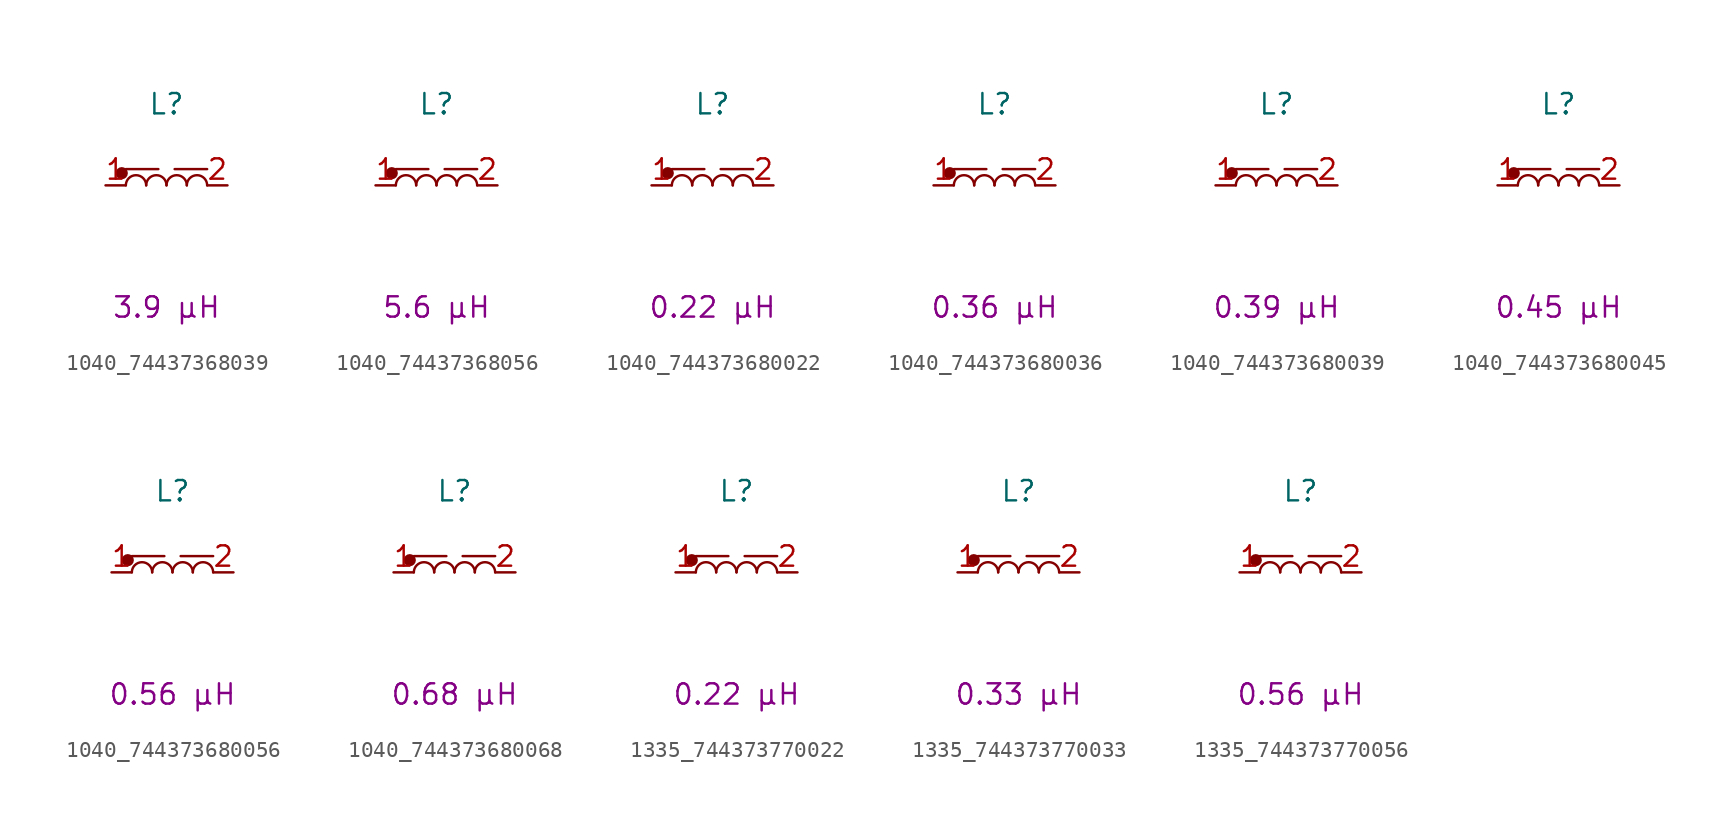
<source format=kicad_sym>
(kicad_symbol_lib
  (version 20220914)
  (generator kicad_symbol_editor)
  (symbol "1040_74437368039"
    (pin_names hide)
    (property "Reference" "L"
      (at 0 5.08 0)
      (effects (font (size 1.27 1.27))))
    (property "Critical Parameter" "3.9 µH"
      (at 0 -7.62 0)
      (effects (font (size 1.27 1.27))))
    (symbol "1040_74437368039_0_1"
      (arc (start -1.27 0) (mid -1.905 0.6323) (end -2.54 0) (stroke (width 0) (type default)) (fill (type none)))
      (arc (start 0 0) (mid -0.635 0.6323) (end -1.27 0) (stroke (width 0) (type default)) (fill (type none)))
      (polyline (pts (xy -2.54 1.016) (xy -0.508 1.016)) (stroke (width 0) (type default)) (fill (type none)))
      (arc (start 1.27 0) (mid 0.635 0.6323) (end 0 0) (stroke (width 0) (type default)) (fill (type none)))
      (arc (start 2.54 0) (mid 1.905 0.6323) (end 1.27 0) (stroke (width 0) (type default)) (fill (type none))))
    (symbol "1040_74437368039_1_1"
      (circle (center -2.794 0.762) (radius 0.0001) (stroke (width 0.381) (type default)) (fill (type none)))
      (polyline (pts (xy 2.54 1.016) (xy 0.508 1.016)) (stroke (width 0) (type default)) (fill (type none)))
      (pin passive line (at -3.81 0 0) (length 1.27) (name "1" (effects (font (size 1.27 1.27)))) (number "1" (effects (font (size 1.27 1.27)))))
      (pin passive line (at 3.81 0 180) (length 1.27) (name "2" (effects (font (size 1.27 1.27)))) (number "2" (effects (font (size 1.27 1.27)))))))
  (symbol "1040_74437368056"
    (pin_names hide)
    (property "Reference" "L"
      (at 0 5.08 0)
      (effects (font (size 1.27 1.27))))
    (property "Critical Parameter" "5.6 µH"
      (at 0 -7.62 0)
      (effects (font (size 1.27 1.27))))
    (symbol "1040_74437368056_0_1"
      (arc (start -1.27 0) (mid -1.905 0.6323) (end -2.54 0) (stroke (width 0) (type default)) (fill (type none)))
      (arc (start 0 0) (mid -0.635 0.6323) (end -1.27 0) (stroke (width 0) (type default)) (fill (type none)))
      (polyline (pts (xy -2.54 1.016) (xy -0.508 1.016)) (stroke (width 0) (type default)) (fill (type none)))
      (arc (start 1.27 0) (mid 0.635 0.6323) (end 0 0) (stroke (width 0) (type default)) (fill (type none)))
      (arc (start 2.54 0) (mid 1.905 0.6323) (end 1.27 0) (stroke (width 0) (type default)) (fill (type none))))
    (symbol "1040_74437368056_1_1"
      (circle (center -2.794 0.762) (radius 0.0001) (stroke (width 0.381) (type default)) (fill (type none)))
      (polyline (pts (xy 2.54 1.016) (xy 0.508 1.016)) (stroke (width 0) (type default)) (fill (type none)))
      (pin passive line (at -3.81 0 0) (length 1.27) (name "1" (effects (font (size 1.27 1.27)))) (number "1" (effects (font (size 1.27 1.27)))))
      (pin passive line (at 3.81 0 180) (length 1.27) (name "2" (effects (font (size 1.27 1.27)))) (number "2" (effects (font (size 1.27 1.27)))))))
  (symbol "1040_744373680022"
    (pin_names hide)
    (property "Reference" "L"
      (at 0 5.08 0)
      (effects (font (size 1.27 1.27))))
    (property "Critical Parameter" "0.22 µH"
      (at 0 -7.62 0)
      (effects (font (size 1.27 1.27))))
    (symbol "1040_744373680022_0_1"
      (arc (start -1.27 0) (mid -1.905 0.6323) (end -2.54 0) (stroke (width 0) (type default)) (fill (type none)))
      (arc (start 0 0) (mid -0.635 0.6323) (end -1.27 0) (stroke (width 0) (type default)) (fill (type none)))
      (polyline (pts (xy -2.54 1.016) (xy -0.508 1.016)) (stroke (width 0) (type default)) (fill (type none)))
      (arc (start 1.27 0) (mid 0.635 0.6323) (end 0 0) (stroke (width 0) (type default)) (fill (type none)))
      (arc (start 2.54 0) (mid 1.905 0.6323) (end 1.27 0) (stroke (width 0) (type default)) (fill (type none))))
    (symbol "1040_744373680022_1_1"
      (circle (center -2.794 0.762) (radius 0.0001) (stroke (width 0.381) (type default)) (fill (type none)))
      (polyline (pts (xy 2.54 1.016) (xy 0.508 1.016)) (stroke (width 0) (type default)) (fill (type none)))
      (pin passive line (at -3.81 0 0) (length 1.27) (name "1" (effects (font (size 1.27 1.27)))) (number "1" (effects (font (size 1.27 1.27)))))
      (pin passive line (at 3.81 0 180) (length 1.27) (name "2" (effects (font (size 1.27 1.27)))) (number "2" (effects (font (size 1.27 1.27)))))))
  (symbol "1040_744373680036"
    (pin_names hide)
    (property "Reference" "L"
      (at 0 5.08 0)
      (effects (font (size 1.27 1.27))))
    (property "Critical Parameter" "0.36 µH"
      (at 0 -7.62 0)
      (effects (font (size 1.27 1.27))))
    (symbol "1040_744373680036_0_1"
      (arc (start -1.27 0) (mid -1.905 0.6323) (end -2.54 0) (stroke (width 0) (type default)) (fill (type none)))
      (arc (start 0 0) (mid -0.635 0.6323) (end -1.27 0) (stroke (width 0) (type default)) (fill (type none)))
      (polyline (pts (xy -2.54 1.016) (xy -0.508 1.016)) (stroke (width 0) (type default)) (fill (type none)))
      (arc (start 1.27 0) (mid 0.635 0.6323) (end 0 0) (stroke (width 0) (type default)) (fill (type none)))
      (arc (start 2.54 0) (mid 1.905 0.6323) (end 1.27 0) (stroke (width 0) (type default)) (fill (type none))))
    (symbol "1040_744373680036_1_1"
      (circle (center -2.794 0.762) (radius 0.0001) (stroke (width 0.381) (type default)) (fill (type none)))
      (polyline (pts (xy 2.54 1.016) (xy 0.508 1.016)) (stroke (width 0) (type default)) (fill (type none)))
      (pin passive line (at -3.81 0 0) (length 1.27) (name "1" (effects (font (size 1.27 1.27)))) (number "1" (effects (font (size 1.27 1.27)))))
      (pin passive line (at 3.81 0 180) (length 1.27) (name "2" (effects (font (size 1.27 1.27)))) (number "2" (effects (font (size 1.27 1.27)))))))
  (symbol "1040_744373680039"
    (pin_names hide)
    (property "Reference" "L"
      (at 0 5.08 0)
      (effects (font (size 1.27 1.27))))
    (property "Critical Parameter" "0.39 µH"
      (at 0 -7.62 0)
      (effects (font (size 1.27 1.27))))
    (symbol "1040_744373680039_0_1"
      (arc (start -1.27 0) (mid -1.905 0.6323) (end -2.54 0) (stroke (width 0) (type default)) (fill (type none)))
      (arc (start 0 0) (mid -0.635 0.6323) (end -1.27 0) (stroke (width 0) (type default)) (fill (type none)))
      (polyline (pts (xy -2.54 1.016) (xy -0.508 1.016)) (stroke (width 0) (type default)) (fill (type none)))
      (arc (start 1.27 0) (mid 0.635 0.6323) (end 0 0) (stroke (width 0) (type default)) (fill (type none)))
      (arc (start 2.54 0) (mid 1.905 0.6323) (end 1.27 0) (stroke (width 0) (type default)) (fill (type none))))
    (symbol "1040_744373680039_1_1"
      (circle (center -2.794 0.762) (radius 0.0001) (stroke (width 0.381) (type default)) (fill (type none)))
      (polyline (pts (xy 2.54 1.016) (xy 0.508 1.016)) (stroke (width 0) (type default)) (fill (type none)))
      (pin passive line (at -3.81 0 0) (length 1.27) (name "1" (effects (font (size 1.27 1.27)))) (number "1" (effects (font (size 1.27 1.27)))))
      (pin passive line (at 3.81 0 180) (length 1.27) (name "2" (effects (font (size 1.27 1.27)))) (number "2" (effects (font (size 1.27 1.27)))))))
  (symbol "1040_744373680045"
    (pin_names hide)
    (property "Reference" "L"
      (at 0 5.08 0)
      (effects (font (size 1.27 1.27))))
    (property "Critical Parameter" "0.45 µH"
      (at 0 -7.62 0)
      (effects (font (size 1.27 1.27))))
    (symbol "1040_744373680045_0_1"
      (arc (start -1.27 0) (mid -1.905 0.6323) (end -2.54 0) (stroke (width 0) (type default)) (fill (type none)))
      (arc (start 0 0) (mid -0.635 0.6323) (end -1.27 0) (stroke (width 0) (type default)) (fill (type none)))
      (polyline (pts (xy -2.54 1.016) (xy -0.508 1.016)) (stroke (width 0) (type default)) (fill (type none)))
      (arc (start 1.27 0) (mid 0.635 0.6323) (end 0 0) (stroke (width 0) (type default)) (fill (type none)))
      (arc (start 2.54 0) (mid 1.905 0.6323) (end 1.27 0) (stroke (width 0) (type default)) (fill (type none))))
    (symbol "1040_744373680045_1_1"
      (circle (center -2.794 0.762) (radius 0.0001) (stroke (width 0.381) (type default)) (fill (type none)))
      (polyline (pts (xy 2.54 1.016) (xy 0.508 1.016)) (stroke (width 0) (type default)) (fill (type none)))
      (pin passive line (at -3.81 0 0) (length 1.27) (name "1" (effects (font (size 1.27 1.27)))) (number "1" (effects (font (size 1.27 1.27)))))
      (pin passive line (at 3.81 0 180) (length 1.27) (name "2" (effects (font (size 1.27 1.27)))) (number "2" (effects (font (size 1.27 1.27)))))))
  (symbol "1040_744373680056"
    (pin_names hide)
    (property "Reference" "L"
      (at 0 5.08 0)
      (effects (font (size 1.27 1.27))))
    (property "Critical Parameter" "0.56 µH"
      (at 0 -7.62 0)
      (effects (font (size 1.27 1.27))))
    (symbol "1040_744373680056_0_1"
      (arc (start -1.27 0) (mid -1.905 0.6323) (end -2.54 0) (stroke (width 0) (type default)) (fill (type none)))
      (arc (start 0 0) (mid -0.635 0.6323) (end -1.27 0) (stroke (width 0) (type default)) (fill (type none)))
      (polyline (pts (xy -2.54 1.016) (xy -0.508 1.016)) (stroke (width 0) (type default)) (fill (type none)))
      (arc (start 1.27 0) (mid 0.635 0.6323) (end 0 0) (stroke (width 0) (type default)) (fill (type none)))
      (arc (start 2.54 0) (mid 1.905 0.6323) (end 1.27 0) (stroke (width 0) (type default)) (fill (type none))))
    (symbol "1040_744373680056_1_1"
      (circle (center -2.794 0.762) (radius 0.0001) (stroke (width 0.381) (type default)) (fill (type none)))
      (polyline (pts (xy 2.54 1.016) (xy 0.508 1.016)) (stroke (width 0) (type default)) (fill (type none)))
      (pin passive line (at -3.81 0 0) (length 1.27) (name "1" (effects (font (size 1.27 1.27)))) (number "1" (effects (font (size 1.27 1.27)))))
      (pin passive line (at 3.81 0 180) (length 1.27) (name "2" (effects (font (size 1.27 1.27)))) (number "2" (effects (font (size 1.27 1.27)))))))
  (symbol "1040_744373680068"
    (pin_names hide)
    (property "Reference" "L"
      (at 0 5.08 0)
      (effects (font (size 1.27 1.27))))
    (property "Critical Parameter" "0.68 µH"
      (at 0 -7.62 0)
      (effects (font (size 1.27 1.27))))
    (symbol "1040_744373680068_0_1"
      (arc (start -1.27 0) (mid -1.905 0.6323) (end -2.54 0) (stroke (width 0) (type default)) (fill (type none)))
      (arc (start 0 0) (mid -0.635 0.6323) (end -1.27 0) (stroke (width 0) (type default)) (fill (type none)))
      (polyline (pts (xy -2.54 1.016) (xy -0.508 1.016)) (stroke (width 0) (type default)) (fill (type none)))
      (arc (start 1.27 0) (mid 0.635 0.6323) (end 0 0) (stroke (width 0) (type default)) (fill (type none)))
      (arc (start 2.54 0) (mid 1.905 0.6323) (end 1.27 0) (stroke (width 0) (type default)) (fill (type none))))
    (symbol "1040_744373680068_1_1"
      (circle (center -2.794 0.762) (radius 0.0001) (stroke (width 0.381) (type default)) (fill (type none)))
      (polyline (pts (xy 2.54 1.016) (xy 0.508 1.016)) (stroke (width 0) (type default)) (fill (type none)))
      (pin passive line (at -3.81 0 0) (length 1.27) (name "1" (effects (font (size 1.27 1.27)))) (number "1" (effects (font (size 1.27 1.27)))))
      (pin passive line (at 3.81 0 180) (length 1.27) (name "2" (effects (font (size 1.27 1.27)))) (number "2" (effects (font (size 1.27 1.27)))))))
  (symbol "1335_744373770022"
    (pin_names hide)
    (property "Reference" "L"
      (at 0 5.08 0)
      (effects (font (size 1.27 1.27))))
    (property "Critical Parameter" "0.22 µH"
      (at 0 -7.62 0)
      (effects (font (size 1.27 1.27))))
    (symbol "1335_744373770022_0_1"
      (arc (start -1.27 0) (mid -1.905 0.6323) (end -2.54 0) (stroke (width 0) (type default)) (fill (type none)))
      (arc (start 0 0) (mid -0.635 0.6323) (end -1.27 0) (stroke (width 0) (type default)) (fill (type none)))
      (polyline (pts (xy -2.54 1.016) (xy -0.508 1.016)) (stroke (width 0) (type default)) (fill (type none)))
      (arc (start 1.27 0) (mid 0.635 0.6323) (end 0 0) (stroke (width 0) (type default)) (fill (type none)))
      (arc (start 2.54 0) (mid 1.905 0.6323) (end 1.27 0) (stroke (width 0) (type default)) (fill (type none))))
    (symbol "1335_744373770022_1_1"
      (circle (center -2.794 0.762) (radius 0.0001) (stroke (width 0.381) (type default)) (fill (type none)))
      (polyline (pts (xy 2.54 1.016) (xy 0.508 1.016)) (stroke (width 0) (type default)) (fill (type none)))
      (pin passive line (at -3.81 0 0) (length 1.27) (name "1" (effects (font (size 1.27 1.27)))) (number "1" (effects (font (size 1.27 1.27)))))
      (pin passive line (at 3.81 0 180) (length 1.27) (name "2" (effects (font (size 1.27 1.27)))) (number "2" (effects (font (size 1.27 1.27)))))))
  (symbol "1335_744373770033"
    (pin_names hide)
    (property "Reference" "L"
      (at 0 5.08 0)
      (effects (font (size 1.27 1.27))))
    (property "Critical Parameter" "0.33 µH"
      (at 0 -7.62 0)
      (effects (font (size 1.27 1.27))))
    (symbol "1335_744373770033_0_1"
      (arc (start -1.27 0) (mid -1.905 0.6323) (end -2.54 0) (stroke (width 0) (type default)) (fill (type none)))
      (arc (start 0 0) (mid -0.635 0.6323) (end -1.27 0) (stroke (width 0) (type default)) (fill (type none)))
      (polyline (pts (xy -2.54 1.016) (xy -0.508 1.016)) (stroke (width 0) (type default)) (fill (type none)))
      (arc (start 1.27 0) (mid 0.635 0.6323) (end 0 0) (stroke (width 0) (type default)) (fill (type none)))
      (arc (start 2.54 0) (mid 1.905 0.6323) (end 1.27 0) (stroke (width 0) (type default)) (fill (type none))))
    (symbol "1335_744373770033_1_1"
      (circle (center -2.794 0.762) (radius 0.0001) (stroke (width 0.381) (type default)) (fill (type none)))
      (polyline (pts (xy 2.54 1.016) (xy 0.508 1.016)) (stroke (width 0) (type default)) (fill (type none)))
      (pin passive line (at -3.81 0 0) (length 1.27) (name "1" (effects (font (size 1.27 1.27)))) (number "1" (effects (font (size 1.27 1.27)))))
      (pin passive line (at 3.81 0 180) (length 1.27) (name "2" (effects (font (size 1.27 1.27)))) (number "2" (effects (font (size 1.27 1.27)))))))
  (symbol "1335_744373770056"
    (pin_names hide)
    (property "Reference" "L"
      (at 0 5.08 0)
      (effects (font (size 1.27 1.27))))
    (property "Critical Parameter" "0.56 µH"
      (at 0 -7.62 0)
      (effects (font (size 1.27 1.27))))
    (symbol "1335_744373770056_0_1"
      (arc (start -1.27 0) (mid -1.905 0.6323) (end -2.54 0) (stroke (width 0) (type default)) (fill (type none)))
      (arc (start 0 0) (mid -0.635 0.6323) (end -1.27 0) (stroke (width 0) (type default)) (fill (type none)))
      (polyline (pts (xy -2.54 1.016) (xy -0.508 1.016)) (stroke (width 0) (type default)) (fill (type none)))
      (arc (start 1.27 0) (mid 0.635 0.6323) (end 0 0) (stroke (width 0) (type default)) (fill (type none)))
      (arc (start 2.54 0) (mid 1.905 0.6323) (end 1.27 0) (stroke (width 0) (type default)) (fill (type none))))
    (symbol "1335_744373770056_1_1"
      (circle (center -2.794 0.762) (radius 0.0001) (stroke (width 0.381) (type default)) (fill (type none)))
      (polyline (pts (xy 2.54 1.016) (xy 0.508 1.016)) (stroke (width 0) (type default)) (fill (type none)))
      (pin passive line (at -3.81 0 0) (length 1.27) (name "1" (effects (font (size 1.27 1.27)))) (number "1" (effects (font (size 1.27 1.27)))))
      (pin passive line (at 3.81 0 180) (length 1.27) (name "2" (effects (font (size 1.27 1.27)))) (number "2" (effects (font (size 1.27 1.27))))))))
</source>
